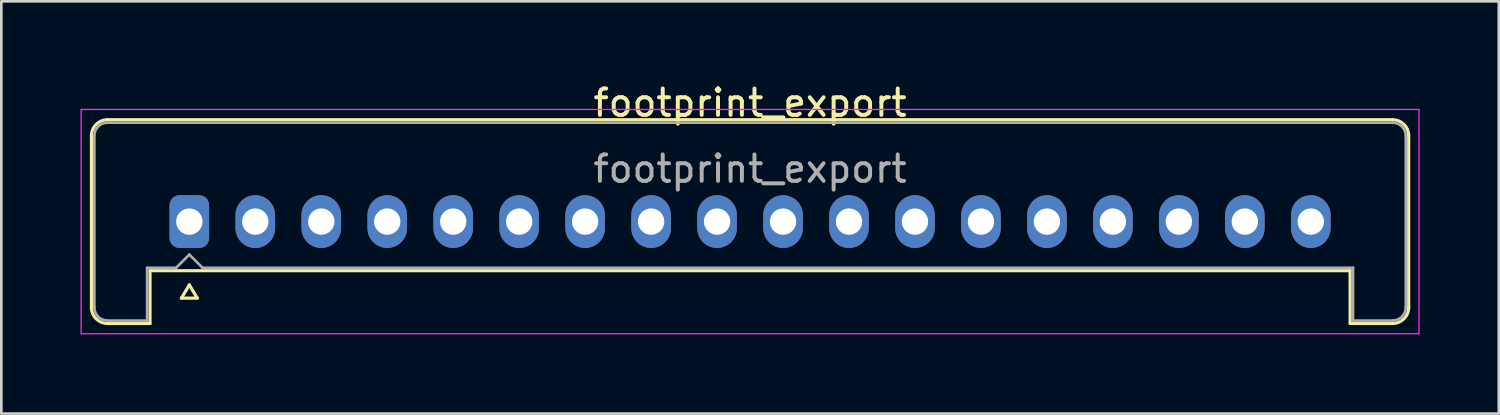
<source format=kicad_pcb>
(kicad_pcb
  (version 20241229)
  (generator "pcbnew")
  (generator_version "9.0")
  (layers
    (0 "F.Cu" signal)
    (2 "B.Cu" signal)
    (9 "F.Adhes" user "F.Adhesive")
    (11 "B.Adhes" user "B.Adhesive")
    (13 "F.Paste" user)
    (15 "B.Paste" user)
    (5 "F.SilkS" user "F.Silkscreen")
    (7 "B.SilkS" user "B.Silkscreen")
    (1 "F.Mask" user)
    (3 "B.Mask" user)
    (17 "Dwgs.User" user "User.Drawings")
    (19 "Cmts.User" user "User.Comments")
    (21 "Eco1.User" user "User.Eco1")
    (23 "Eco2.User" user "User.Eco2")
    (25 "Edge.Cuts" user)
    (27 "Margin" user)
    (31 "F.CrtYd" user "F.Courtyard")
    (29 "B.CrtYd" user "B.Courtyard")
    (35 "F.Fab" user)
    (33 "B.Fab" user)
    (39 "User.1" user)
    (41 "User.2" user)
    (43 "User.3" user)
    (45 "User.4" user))
  (footprint "footprint_export"
    (layer "F.Cu")
    (at 4.125 5.348)
    (property "Reference" "footprint_export" (at 21.25 -4.5 0) (layer "F.SilkS") (effects (font (size 1 1) (thickness 0.15))))
    (attr through_hole)
    (fp_line (start -3.71 -3.25) (end -3.71 3.25) (stroke (width 0.12) (type solid)) (layer "F.SilkS"))
    (fp_line (start -3.1 -3.86) (end 45.6 -3.86) (stroke (width 0.12) (type solid)) (layer "F.SilkS"))
    (fp_line (start -3.1 3.86) (end -1.49 3.86) (stroke (width 0.12) (type solid)) (layer "F.SilkS"))
    (fp_line (start -1.49 1.86) (end 43.99 1.86) (stroke (width 0.12) (type solid)) (layer "F.SilkS"))
    (fp_line (start -1.49 3.86) (end -1.49 1.86) (stroke (width 0.12) (type solid)) (layer "F.SilkS"))
    (fp_line (start -0.3 2.9) (end 0.3 2.9) (stroke (width 0.12) (type solid)) (layer "F.SilkS"))
    (fp_line (start 0 2.4) (end -0.3 2.9) (stroke (width 0.12) (type solid)) (layer "F.SilkS"))
    (fp_line (start 0.3 2.9) (end 0 2.4) (stroke (width 0.12) (type solid)) (layer "F.SilkS"))
    (fp_line (start 43.99 3.86) (end 43.99 1.86) (stroke (width 0.12) (type solid)) (layer "F.SilkS"))
    (fp_line (start 45.6 3.86) (end 43.99 3.86) (stroke (width 0.12) (type solid)) (layer "F.SilkS"))
    (fp_line (start 46.21 -3.25) (end 46.21 3.25) (stroke (width 0.12) (type solid)) (layer "F.SilkS"))
    (fp_arc (start -3.71 -3.25) (mid -3.531335 -3.681335) (end -3.1 -3.86) (stroke (width 0.12) (type solid)) (layer "F.SilkS"))
    (fp_arc (start -3.1 3.86) (mid -3.531335 3.681335) (end -3.71 3.25) (stroke (width 0.12) (type solid)) (layer "F.SilkS"))
    (fp_arc (start 45.6 -3.86) (mid 46.031335 -3.681335) (end 46.21 -3.25) (stroke (width 0.12) (type solid)) (layer "F.SilkS"))
    (fp_arc (start 46.21 3.25) (mid 46.031335 3.681335) (end 45.6 3.86) (stroke (width 0.12) (type solid)) (layer "F.SilkS"))
    (fp_line (start -4.1 -4.25) (end -4.1 4.25) (stroke (width 0.05) (type solid)) (layer "F.CrtYd"))
    (fp_line (start -4.1 4.25) (end 46.6 4.25) (stroke (width 0.05) (type solid)) (layer "F.CrtYd"))
    (fp_line (start 46.6 -4.25) (end -4.1 -4.25) (stroke (width 0.05) (type solid)) (layer "F.CrtYd"))
    (fp_line (start 46.6 4.25) (end 46.6 -4.25) (stroke (width 0.05) (type solid)) (layer "F.CrtYd"))
    (fp_line (start -3.6 -3.25) (end -3.6 3.25) (stroke (width 0.1) (type solid)) (layer "F.Fab"))
    (fp_line (start -3.1 -3.75) (end 45.6 -3.75) (stroke (width 0.1) (type solid)) (layer "F.Fab"))
    (fp_line (start -3.1 3.75) (end -1.6 3.75) (stroke (width 0.1) (type solid)) (layer "F.Fab"))
    (fp_line (start -1.6 1.75) (end -0.5 1.75) (stroke (width 0.1) (type solid)) (layer "F.Fab"))
    (fp_line (start -1.6 3.75) (end -1.6 1.75) (stroke (width 0.1) (type solid)) (layer "F.Fab"))
    (fp_line (start -0.5 1.75) (end 0 1.25) (stroke (width 0.1) (type solid)) (layer "F.Fab"))
    (fp_line (start 0 1.25) (end 0.5 1.75) (stroke (width 0.1) (type solid)) (layer "F.Fab"))
    (fp_line (start 0.5 1.75) (end 44.1 1.75) (stroke (width 0.1) (type solid)) (layer "F.Fab"))
    (fp_line (start 44.1 3.75) (end 44.1 1.75) (stroke (width 0.1) (type solid)) (layer "F.Fab"))
    (fp_line (start 45.6 3.75) (end 44.1 3.75) (stroke (width 0.1) (type solid)) (layer "F.Fab"))
    (fp_line (start 46.1 -3.25) (end 46.1 3.25) (stroke (width 0.1) (type solid)) (layer "F.Fab"))
    (fp_arc (start -3.6 -3.25) (mid -3.453553 -3.603553) (end -3.1 -3.75) (stroke (width 0.1) (type solid)) (layer "F.Fab"))
    (fp_arc (start -3.1 3.75) (mid -3.453553 3.603553) (end -3.6 3.25) (stroke (width 0.1) (type solid)) (layer "F.Fab"))
    (fp_arc (start 45.6 -3.75) (mid 45.953553 -3.603553) (end 46.1 -3.25) (stroke (width 0.1) (type solid)) (layer "F.Fab"))
    (fp_arc (start 46.1 3.25) (mid 45.953553 3.603553) (end 45.6 3.75) (stroke (width 0.1) (type solid)) (layer "F.Fab"))
    (fp_text user "${REFERENCE}" (at 21.25 -2 0) (layer "F.Fab") (effects (font (size 1 1) (thickness 0.15))))
    (pad "1" thru_hole roundrect (at 0 0) (size 1.5 2) (drill 1) (layers "*.Cu" "*.Mask") (roundrect_rratio 0.25))
    (pad "2" thru_hole oval (at 2.5 0) (size 1.5 2) (drill 1) (layers "*.Cu" "*.Mask"))
    (pad "3" thru_hole oval (at 5 0) (size 1.5 2) (drill 1) (layers "*.Cu" "*.Mask"))
    (pad "4" thru_hole oval (at 7.5 0) (size 1.5 2) (drill 1) (layers "*.Cu" "*.Mask"))
    (pad "5" thru_hole oval (at 10 0) (size 1.5 2) (drill 1) (layers "*.Cu" "*.Mask"))
    (pad "6" thru_hole oval (at 12.5 0) (size 1.5 2) (drill 1) (layers "*.Cu" "*.Mask"))
    (pad "7" thru_hole oval (at 15 0) (size 1.5 2) (drill 1) (layers "*.Cu" "*.Mask"))
    (pad "8" thru_hole oval (at 17.5 0) (size 1.5 2) (drill 1) (layers "*.Cu" "*.Mask"))
    (pad "9" thru_hole oval (at 20 0) (size 1.5 2) (drill 1) (layers "*.Cu" "*.Mask"))
    (pad "10" thru_hole oval (at 22.5 0) (size 1.5 2) (drill 1) (layers "*.Cu" "*.Mask"))
    (pad "11" thru_hole oval (at 25 0) (size 1.5 2) (drill 1) (layers "*.Cu" "*.Mask"))
    (pad "12" thru_hole oval (at 27.5 0) (size 1.5 2) (drill 1) (layers "*.Cu" "*.Mask"))
    (pad "13" thru_hole oval (at 30 0) (size 1.5 2) (drill 1) (layers "*.Cu" "*.Mask"))
    (pad "14" thru_hole oval (at 32.5 0) (size 1.5 2) (drill 1) (layers "*.Cu" "*.Mask"))
    (pad "15" thru_hole oval (at 35 0) (size 1.5 2) (drill 1) (layers "*.Cu" "*.Mask"))
    (pad "16" thru_hole oval (at 37.5 0) (size 1.5 2) (drill 1) (layers "*.Cu" "*.Mask"))
    (pad "17" thru_hole oval (at 40 0) (size 1.5 2) (drill 1) (layers "*.Cu" "*.Mask"))
    (pad "18" thru_hole oval (at 42.5 0) (size 1.5 2) (drill 1) (layers "*.Cu" "*.Mask")))
  (gr_rect
    (start -3 -3)
    (end 53.75 12.623)
    (stroke (width 0.1) (type default))
    (fill no)
    (layer "Edge.Cuts")))
</source>
